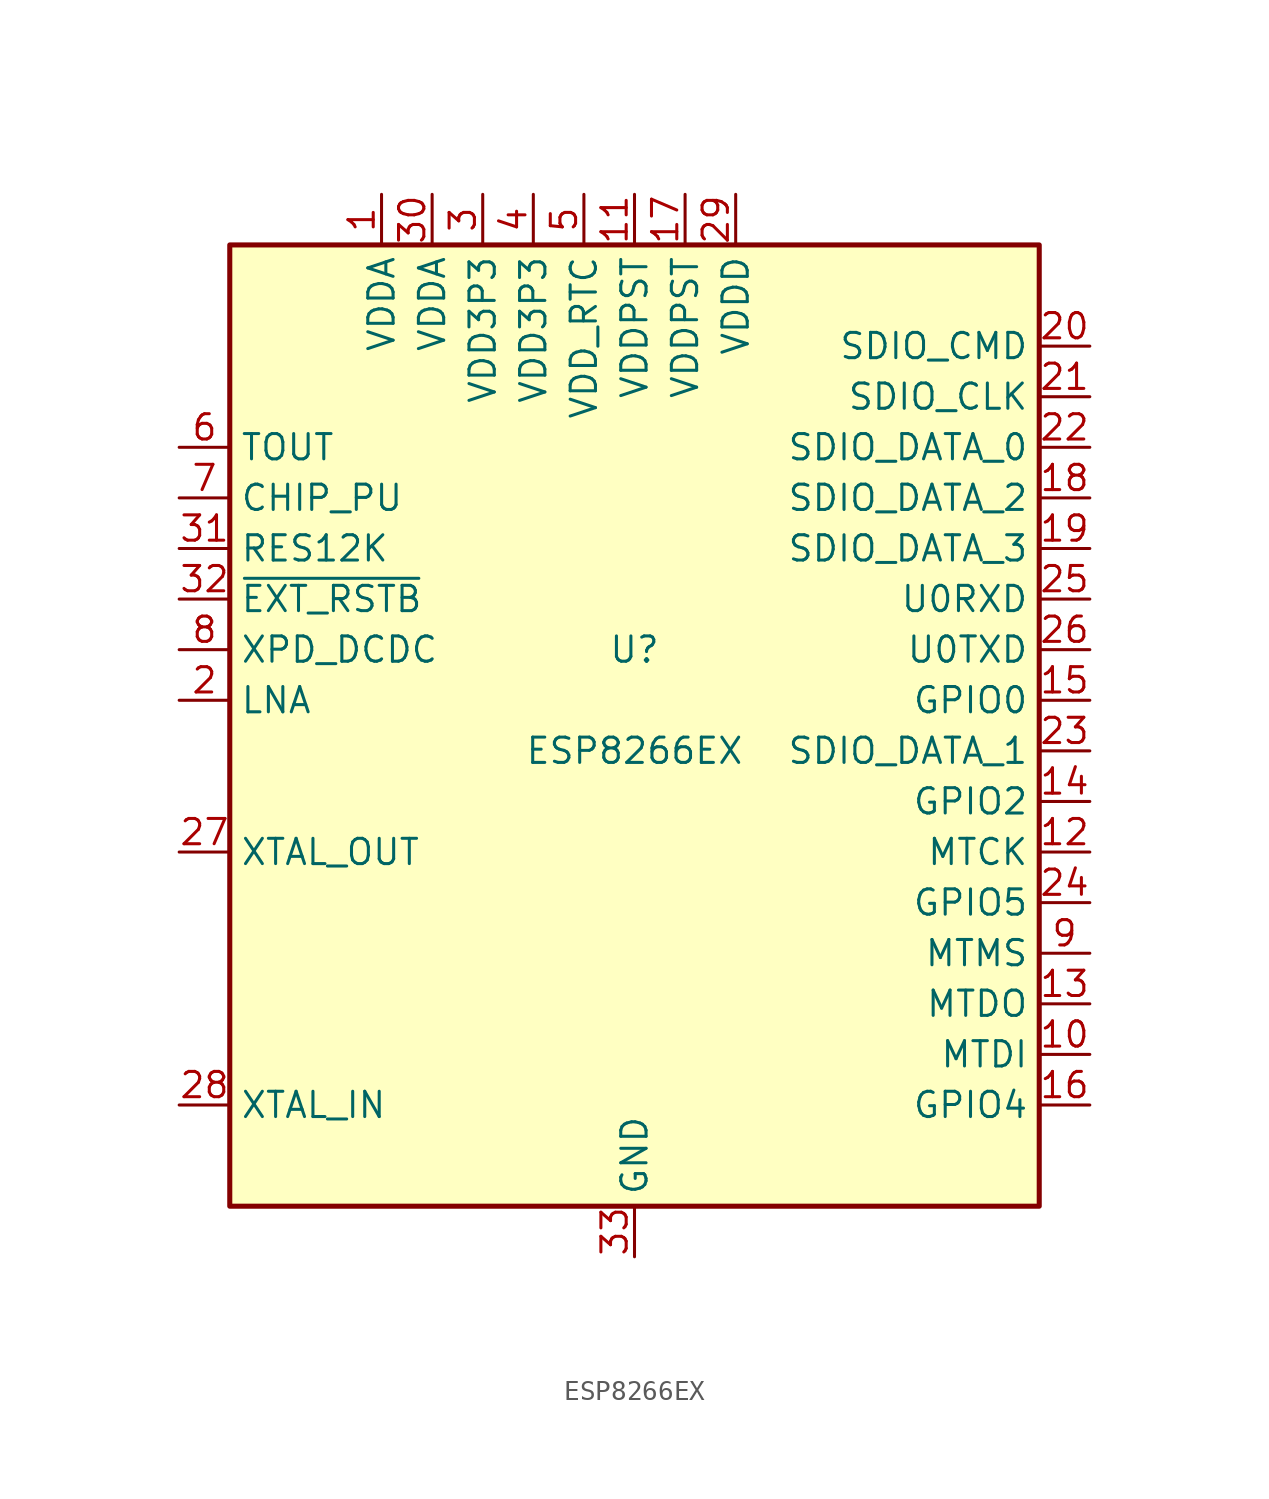
<source format=kicad_sym>
(kicad_symbol_lib
  (version 20211014)
  (generator kicad_symbol_editor)
  (symbol "ESP8266EX"
    (property "Reference" "U"
      (at 0 2.54 0)
      (effects (font (size 1.27 1.27))))
    (property "Value" "ESP8266EX"
      (at 0 -2.54 0)
      (effects (font (size 1.27 1.27))))
    (symbol "ESP8266EX_0_1"
      (rectangle (start -20.32 22.86) (end 20.32 -25.4) (stroke (width 0.254) (type default) (color 0 0 0 0)) (fill (type background))))
    (symbol "ESP8266EX_1_1"
      (pin power_in line (at -12.7 25.4 270) (length 2.54) (name "VDDA" (effects (font (size 1.27 1.27)))) (number "1" (effects (font (size 1.27 1.27)))))
      (pin bidirectional line (at 22.86 -17.78 180) (length 2.54) (name "MTDI" (effects (font (size 1.27 1.27)))) (number "10" (effects (font (size 1.27 1.27)))))
      (pin power_in line (at 0 25.4 270) (length 2.54) (name "VDDPST" (effects (font (size 1.27 1.27)))) (number "11" (effects (font (size 1.27 1.27)))))
      (pin bidirectional line (at 22.86 -7.62 180) (length 2.54) (name "MTCK" (effects (font (size 1.27 1.27)))) (number "12" (effects (font (size 1.27 1.27)))))
      (pin bidirectional line (at 22.86 -15.24 180) (length 2.54) (name "MTDO" (effects (font (size 1.27 1.27)))) (number "13" (effects (font (size 1.27 1.27)))))
      (pin bidirectional line (at 22.86 -5.08 180) (length 2.54) (name "GPIO2" (effects (font (size 1.27 1.27)))) (number "14" (effects (font (size 1.27 1.27)))))
      (pin bidirectional line (at 22.86 0 180) (length 2.54) (name "GPIO0" (effects (font (size 1.27 1.27)))) (number "15" (effects (font (size 1.27 1.27)))))
      (pin bidirectional line (at 22.86 -20.32 180) (length 2.54) (name "GPIO4" (effects (font (size 1.27 1.27)))) (number "16" (effects (font (size 1.27 1.27)))))
      (pin power_in line (at 2.54 25.4 270) (length 2.54) (name "VDDPST" (effects (font (size 1.27 1.27)))) (number "17" (effects (font (size 1.27 1.27)))))
      (pin bidirectional line (at 22.86 10.16 180) (length 2.54) (name "SDIO_DATA_2" (effects (font (size 1.27 1.27)))) (number "18" (effects (font (size 1.27 1.27)))))
      (pin bidirectional line (at 22.86 7.62 180) (length 2.54) (name "SDIO_DATA_3" (effects (font (size 1.27 1.27)))) (number "19" (effects (font (size 1.27 1.27)))))
      (pin bidirectional line (at -22.86 0 0) (length 2.54) (name "LNA" (effects (font (size 1.27 1.27)))) (number "2" (effects (font (size 1.27 1.27)))))
      (pin bidirectional line (at 22.86 17.78 180) (length 2.54) (name "SDIO_CMD" (effects (font (size 1.27 1.27)))) (number "20" (effects (font (size 1.27 1.27)))))
      (pin bidirectional line (at 22.86 15.24 180) (length 2.54) (name "SDIO_CLK" (effects (font (size 1.27 1.27)))) (number "21" (effects (font (size 1.27 1.27)))))
      (pin bidirectional line (at 22.86 12.7 180) (length 2.54) (name "SDIO_DATA_0" (effects (font (size 1.27 1.27)))) (number "22" (effects (font (size 1.27 1.27)))))
      (pin bidirectional line (at 22.86 -2.54 180) (length 2.54) (name "SDIO_DATA_1" (effects (font (size 1.27 1.27)))) (number "23" (effects (font (size 1.27 1.27)))))
      (pin bidirectional line (at 22.86 -10.16 180) (length 2.54) (name "GPIO5" (effects (font (size 1.27 1.27)))) (number "24" (effects (font (size 1.27 1.27)))))
      (pin bidirectional line (at 22.86 5.08 180) (length 2.54) (name "U0RXD" (effects (font (size 1.27 1.27)))) (number "25" (effects (font (size 1.27 1.27)))))
      (pin bidirectional line (at 22.86 2.54 180) (length 2.54) (name "U0TXD" (effects (font (size 1.27 1.27)))) (number "26" (effects (font (size 1.27 1.27)))))
      (pin bidirectional line (at -22.86 -7.62 0) (length 2.54) (name "XTAL_OUT" (effects (font (size 1.27 1.27)))) (number "27" (effects (font (size 1.27 1.27)))))
      (pin bidirectional line (at -22.86 -20.32 0) (length 2.54) (name "XTAL_IN" (effects (font (size 1.27 1.27)))) (number "28" (effects (font (size 1.27 1.27)))))
      (pin power_in line (at 5.08 25.4 270) (length 2.54) (name "VDDD" (effects (font (size 1.27 1.27)))) (number "29" (effects (font (size 1.27 1.27)))))
      (pin power_in line (at -7.62 25.4 270) (length 2.54) (name "VDD3P3" (effects (font (size 1.27 1.27)))) (number "3" (effects (font (size 1.27 1.27)))))
      (pin power_in line (at -10.16 25.4 270) (length 2.54) (name "VDDA" (effects (font (size 1.27 1.27)))) (number "30" (effects (font (size 1.27 1.27)))))
      (pin input line (at -22.86 7.62 0) (length 2.54) (name "RES12K" (effects (font (size 1.27 1.27)))) (number "31" (effects (font (size 1.27 1.27)))))
      (pin input line (at -22.86 5.08 0) (length 2.54) (name "~{EXT_RSTB}" (effects (font (size 1.27 1.27)))) (number "32" (effects (font (size 1.27 1.27)))))
      (pin power_in line (at 0 -27.94 90) (length 2.54) (name "GND" (effects (font (size 1.27 1.27)))) (number "33" (effects (font (size 1.27 1.27)))))
      (pin power_in line (at -5.08 25.4 270) (length 2.54) (name "VDD3P3" (effects (font (size 1.27 1.27)))) (number "4" (effects (font (size 1.27 1.27)))))
      (pin power_in line (at -2.54 25.4 270) (length 2.54) (name "VDD_RTC" (effects (font (size 1.27 1.27)))) (number "5" (effects (font (size 1.27 1.27)))))
      (pin input line (at -22.86 12.7 0) (length 2.54) (name "TOUT" (effects (font (size 1.27 1.27)))) (number "6" (effects (font (size 1.27 1.27)))))
      (pin input line (at -22.86 10.16 0) (length 2.54) (name "CHIP_PU" (effects (font (size 1.27 1.27)))) (number "7" (effects (font (size 1.27 1.27)))))
      (pin bidirectional line (at -22.86 2.54 0) (length 2.54) (name "XPD_DCDC" (effects (font (size 1.27 1.27)))) (number "8" (effects (font (size 1.27 1.27)))))
      (pin bidirectional line (at 22.86 -12.7 180) (length 2.54) (name "MTMS" (effects (font (size 1.27 1.27)))) (number "9" (effects (font (size 1.27 1.27))))))))
</source>
